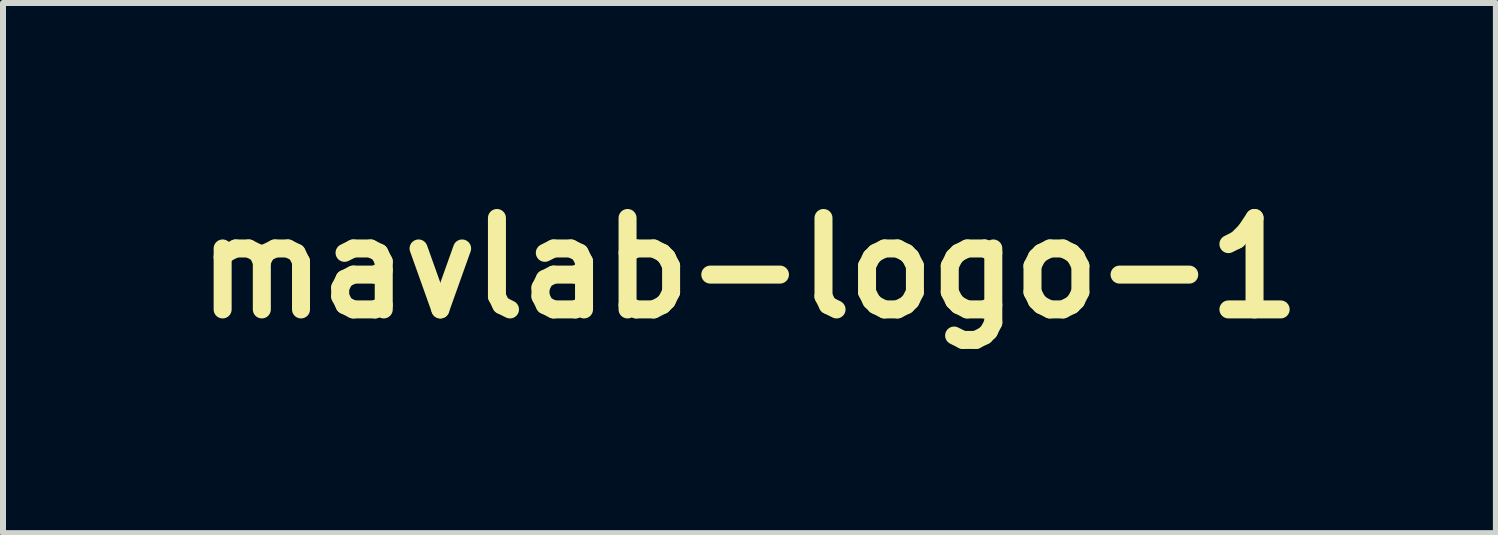
<source format=kicad_pcb>
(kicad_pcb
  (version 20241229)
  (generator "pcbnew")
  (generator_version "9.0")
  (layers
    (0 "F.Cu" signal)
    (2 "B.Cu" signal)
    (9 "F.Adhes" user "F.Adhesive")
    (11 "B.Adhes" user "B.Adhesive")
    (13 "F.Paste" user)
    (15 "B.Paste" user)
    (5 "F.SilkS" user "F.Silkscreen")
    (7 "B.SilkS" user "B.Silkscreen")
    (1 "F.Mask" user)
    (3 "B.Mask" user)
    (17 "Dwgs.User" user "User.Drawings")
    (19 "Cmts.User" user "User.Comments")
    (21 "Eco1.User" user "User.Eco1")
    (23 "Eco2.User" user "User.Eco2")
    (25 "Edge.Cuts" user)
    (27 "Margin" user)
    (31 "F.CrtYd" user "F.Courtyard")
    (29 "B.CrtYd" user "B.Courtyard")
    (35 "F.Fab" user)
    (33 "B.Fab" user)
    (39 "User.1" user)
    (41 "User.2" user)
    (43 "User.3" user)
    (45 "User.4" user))
  (footprint "mavlab-logo-1"
    (layer "F.Cu")
    (at 9.442 1.418)
    (property "Reference" "mavlab-logo-1" (at 0 0 0) (layer "F.SilkS") (effects (font (size 1.524 1.524) (thickness 0.3))))
    (attr through_hole)
    (fp_poly (pts (xy -1.563 0.813) (xy -1.654 0.813) (xy -1.654 0.572) (xy -1.563 0.572) (xy -1.563 0.813)) (stroke (width 0.01) (type solid)) (fill yes) (layer "F.Mask"))
    (fp_poly (pts (xy -0.256 -0.668) (xy -0.257 -0.548) (xy -0.302 -0.547) (xy -0.347 -0.547) (xy -0.347 -0.787) (xy -0.256 -0.787) (xy -0.256 -0.668)) (stroke (width 0.01) (type solid)) (fill yes) (layer "F.Mask"))
    (fp_poly (pts (xy 3.811 -0.814) (xy 3.818 -0.814) (xy 3.822 -0.814) (xy 3.824 -0.814) (xy 3.823 -0.812) (xy 3.822 -0.808) (xy 3.82 -0.803) (xy 3.818 -0.797) (xy 3.816 -0.789) (xy 3.813 -0.78) (xy 3.813 -0.779) (xy 3.808 -0.764) (xy 3.796 -0.764) (xy 3.784 -0.764) (xy 3.786 -0.776) (xy 3.787 -0.788) (xy 3.781 -0.787) (xy 3.775 -0.787) (xy 3.761 -0.747) (xy 3.758 -0.736) (xy 3.754 -0.726) (xy 3.751 -0.717) (xy 3.749 -0.71) (xy 3.748 -0.706) (xy 3.747 -0.704) (xy 3.748 -0.702) (xy 3.751 -0.701) (xy 3.753 -0.701) (xy 3.758 -0.701) (xy 3.759 -0.699) (xy 3.759 -0.699) (xy 3.758 -0.696) (xy 3.756 -0.692) (xy 3.754 -0.686) (xy 3.754 -0.685) (xy 3.75 -0.674) (xy 3.687 -0.674) (xy 3.691 -0.687) (xy 3.696 -0.701) (xy 3.71 -0.701) (xy 3.723 -0.74) (xy 3.727 -0.752) (xy 3.731 -0.762) (xy 3.734 -0.771) (xy 3.736 -0.778) (xy 3.737 -0.782) (xy 3.738 -0.784) (xy 3.738 -0.786) (xy 3.737 -0.787) (xy 3.734 -0.787) (xy 3.733 -0.787) (xy 3.729 -0.787) (xy 3.727 -0.785) (xy 3.724 -0.783) (xy 3.721 -0.778) (xy 3.72 -0.775) (xy 3.713 -0.764) (xy 3.701 -0.764) (xy 3.695 -0.764) (xy 3.692 -0.764) (xy 3.69 -0.765) (xy 3.69 -0.767) (xy 3.69 -0.767) (xy 3.691 -0.769) (xy 3.693 -0.774) (xy 3.695 -0.781) (xy 3.698 -0.79) (xy 3.699 -0.792) (xy 3.706 -0.814) (xy 3.765 -0.814) (xy 3.779 -0.814) (xy 3.791 -0.814) (xy 3.802 -0.814) (xy 3.811 -0.814)) (stroke (width 0.01) (type solid)) (fill yes) (layer "F.Mask"))
    (fp_poly (pts (xy -2.416 0.787) (xy -2.804 0.787) (xy -2.804 0.275) (xy -2.804 0.233) (xy -2.804 0.193) (xy -2.804 0.153) (xy -2.804 0.115) (xy -2.804 0.078) (xy -2.804 0.042) (xy -2.804 0.008) (xy -2.804 -0.024) (xy -2.804 -0.055) (xy -2.804 -0.084) (xy -2.804 -0.111) (xy -2.805 -0.135) (xy -2.805 -0.157) (xy -2.805 -0.177) (xy -2.805 -0.194) (xy -2.805 -0.209) (xy -2.805 -0.22) (xy -2.805 -0.229) (xy -2.805 -0.234) (xy -2.805 -0.237) (xy -2.805 -0.237) (xy -2.806 -0.235) (xy -2.808 -0.231) (xy -2.811 -0.223) (xy -2.815 -0.213) (xy -2.821 -0.2) (xy -2.827 -0.185) (xy -2.835 -0.168) (xy -2.843 -0.149) (xy -2.852 -0.127) (xy -2.862 -0.104) (xy -2.873 -0.079) (xy -2.884 -0.053) (xy -2.896 -0.025) (xy -2.908 0.004) (xy -2.921 0.034) (xy -2.934 0.065) (xy -2.946 0.093) (xy -3.087 0.422) (xy -3.22 0.423) (xy -3.354 0.423) (xy -3.494 0.093) (xy -3.635 -0.237) (xy -3.635 0.275) (xy -3.636 0.787) (xy -4.003 0.787) (xy -4.003 -0.764) (xy -3.553 -0.764) (xy -3.384 -0.387) (xy -3.369 -0.353) (xy -3.354 -0.32) (xy -3.339 -0.288) (xy -3.325 -0.257) (xy -3.312 -0.227) (xy -3.299 -0.198) (xy -3.287 -0.171) (xy -3.275 -0.145) (xy -3.264 -0.121) (xy -3.255 -0.099) (xy -3.245 -0.079) (xy -3.237 -0.061) (xy -3.23 -0.045) (xy -3.224 -0.032) (xy -3.219 -0.021) (xy -3.216 -0.013) (xy -3.213 -0.008) (xy -3.212 -0.005) (xy -3.212 -0.005) (xy -3.209 0.001) (xy -3.207 -0.005) (xy -3.206 -0.007) (xy -3.203 -0.012) (xy -3.2 -0.02) (xy -3.195 -0.031) (xy -3.189 -0.044) (xy -3.182 -0.059) (xy -3.174 -0.077) (xy -3.166 -0.097) (xy -3.156 -0.119) (xy -3.145 -0.142) (xy -3.134 -0.168) (xy -3.122 -0.195) (xy -3.109 -0.224) (xy -3.095 -0.254) (xy -3.081 -0.285) (xy -3.067 -0.317) (xy -3.052 -0.35) (xy -3.037 -0.384) (xy -3.036 -0.387) (xy -2.867 -0.763) (xy -2.642 -0.763) (xy -2.416 -0.764) (xy -2.416 0.787)) (stroke (width 0.01) (type solid)) (fill yes) (layer "F.Mask"))
    (fp_poly (pts (xy 3.893 -0.78) (xy 3.893 -0.746) (xy 3.916 -0.78) (xy 3.939 -0.814) (xy 4.004 -0.814) (xy 4 -0.801) (xy 3.996 -0.787) (xy 3.981 -0.787) (xy 3.967 -0.746) (xy 3.964 -0.735) (xy 3.96 -0.725) (xy 3.957 -0.716) (xy 3.955 -0.709) (xy 3.953 -0.705) (xy 3.953 -0.703) (xy 3.953 -0.702) (xy 3.957 -0.701) (xy 3.959 -0.701) (xy 3.964 -0.701) (xy 3.965 -0.7) (xy 3.965 -0.699) (xy 3.964 -0.696) (xy 3.963 -0.692) (xy 3.961 -0.686) (xy 3.961 -0.685) (xy 3.957 -0.674) (xy 3.927 -0.674) (xy 3.915 -0.674) (xy 3.907 -0.674) (xy 3.901 -0.674) (xy 3.898 -0.675) (xy 3.897 -0.676) (xy 3.897 -0.676) (xy 3.898 -0.679) (xy 3.899 -0.683) (xy 3.901 -0.689) (xy 3.901 -0.69) (xy 3.903 -0.696) (xy 3.905 -0.699) (xy 3.907 -0.701) (xy 3.909 -0.701) (xy 3.91 -0.701) (xy 3.914 -0.702) (xy 3.916 -0.704) (xy 3.918 -0.707) (xy 3.92 -0.712) (xy 3.922 -0.719) (xy 3.926 -0.728) (xy 3.929 -0.737) (xy 3.93 -0.739) (xy 3.934 -0.749) (xy 3.937 -0.759) (xy 3.94 -0.767) (xy 3.942 -0.773) (xy 3.944 -0.776) (xy 3.944 -0.776) (xy 3.945 -0.778) (xy 3.945 -0.78) (xy 3.944 -0.78) (xy 3.943 -0.778) (xy 3.941 -0.775) (xy 3.937 -0.77) (xy 3.932 -0.763) (xy 3.926 -0.754) (xy 3.918 -0.742) (xy 3.917 -0.741) (xy 3.892 -0.704) (xy 3.88 -0.703) (xy 3.869 -0.703) (xy 3.871 -0.778) (xy 3.861 -0.748) (xy 3.857 -0.737) (xy 3.854 -0.728) (xy 3.851 -0.719) (xy 3.849 -0.713) (xy 3.848 -0.709) (xy 3.846 -0.701) (xy 3.851 -0.701) (xy 3.855 -0.7) (xy 3.855 -0.699) (xy 3.854 -0.696) (xy 3.853 -0.692) (xy 3.851 -0.686) (xy 3.851 -0.685) (xy 3.847 -0.674) (xy 3.817 -0.674) (xy 3.807 -0.674) (xy 3.798 -0.674) (xy 3.792 -0.675) (xy 3.788 -0.675) (xy 3.786 -0.675) (xy 3.787 -0.677) (xy 3.788 -0.682) (xy 3.79 -0.688) (xy 3.79 -0.688) (xy 3.794 -0.7) (xy 3.801 -0.701) (xy 3.809 -0.702) (xy 3.823 -0.743) (xy 3.827 -0.754) (xy 3.83 -0.764) (xy 3.833 -0.773) (xy 3.835 -0.78) (xy 3.837 -0.784) (xy 3.837 -0.786) (xy 3.836 -0.787) (xy 3.832 -0.787) (xy 3.83 -0.787) (xy 3.824 -0.787) (xy 3.828 -0.801) (xy 3.833 -0.814) (xy 3.863 -0.814) (xy 3.894 -0.814) (xy 3.893 -0.78)) (stroke (width 0.01) (type solid)) (fill yes) (layer "F.Mask"))
    (fp_poly (pts (xy -1.403 -0.756) (xy -1.403 -0.754) (xy -1.401 -0.749) (xy -1.398 -0.741) (xy -1.394 -0.73) (xy -1.389 -0.716) (xy -1.384 -0.7) (xy -1.377 -0.68) (xy -1.37 -0.659) (xy -1.361 -0.635) (xy -1.352 -0.608) (xy -1.342 -0.58) (xy -1.332 -0.549) (xy -1.32 -0.516) (xy -1.309 -0.482) (xy -1.296 -0.445) (xy -1.283 -0.407) (xy -1.269 -0.367) (xy -1.255 -0.326) (xy -1.24 -0.283) (xy -1.225 -0.239) (xy -1.209 -0.194) (xy -1.193 -0.148) (xy -1.177 -0.1) (xy -1.16 -0.052) (xy -1.144 -0.003) (xy -1.137 0.016) (xy -1.12 0.065) (xy -1.103 0.114) (xy -1.087 0.162) (xy -1.071 0.208) (xy -1.055 0.254) (xy -1.04 0.298) (xy -1.025 0.341) (xy -1.011 0.383) (xy -0.997 0.423) (xy -0.983 0.462) (xy -0.971 0.499) (xy -0.959 0.534) (xy -0.947 0.567) (xy -0.936 0.599) (xy -0.926 0.628) (xy -0.917 0.655) (xy -0.908 0.68) (xy -0.901 0.702) (xy -0.894 0.722) (xy -0.888 0.739) (xy -0.883 0.754) (xy -0.879 0.766) (xy -0.876 0.775) (xy -0.874 0.781) (xy -0.873 0.784) (xy -0.872 0.784) (xy -0.872 0.785) (xy -0.873 0.785) (xy -0.874 0.786) (xy -0.875 0.786) (xy -0.878 0.786) (xy -0.882 0.786) (xy -0.887 0.787) (xy -0.893 0.787) (xy -0.901 0.787) (xy -0.911 0.787) (xy -0.923 0.787) (xy -0.937 0.787) (xy -0.953 0.787) (xy -0.972 0.787) (xy -0.993 0.787) (xy -1.017 0.787) (xy -1.045 0.787) (xy -1.074 0.787) (xy -1.277 0.787) (xy -1.445 0.264) (xy -1.458 0.223) (xy -1.471 0.183) (xy -1.483 0.144) (xy -1.496 0.106) (xy -1.507 0.069) (xy -1.519 0.034) (xy -1.53 -0.00017) (xy -1.54 -0.033) (xy -1.55 -0.064) (xy -1.559 -0.093) (xy -1.568 -0.12) (xy -1.576 -0.145) (xy -1.584 -0.168) (xy -1.59 -0.188) (xy -1.596 -0.207) (xy -1.601 -0.223) (xy -1.606 -0.236) (xy -1.609 -0.246) (xy -1.611 -0.254) (xy -1.613 -0.258) (xy -1.613 -0.259) (xy -1.614 -0.258) (xy -1.616 -0.253) (xy -1.618 -0.246) (xy -1.622 -0.235) (xy -1.626 -0.222) (xy -1.631 -0.206) (xy -1.637 -0.188) (xy -1.644 -0.167) (xy -1.652 -0.144) (xy -1.66 -0.119) (xy -1.669 -0.092) (xy -1.678 -0.063) (xy -1.688 -0.032) (xy -1.699 0.001) (xy -1.71 0.035) (xy -1.721 0.07) (xy -1.733 0.107) (xy -1.745 0.145) (xy -1.758 0.184) (xy -1.771 0.224) (xy -1.783 0.263) (xy -1.952 0.787) (xy -2.149 0.787) (xy -2.347 0.787) (xy -2.343 0.776) (xy -2.342 0.774) (xy -2.34 0.768) (xy -2.337 0.76) (xy -2.333 0.748) (xy -2.328 0.734) (xy -2.323 0.717) (xy -2.316 0.698) (xy -2.308 0.676) (xy -2.3 0.652) (xy -2.291 0.625) (xy -2.281 0.596) (xy -2.27 0.565) (xy -2.259 0.532) (xy -2.247 0.498) (xy -2.234 0.461) (xy -2.221 0.423) (xy -2.207 0.383) (xy -2.193 0.341) (xy -2.179 0.299) (xy -2.163 0.255) (xy -2.148 0.209) (xy -2.132 0.163) (xy -2.116 0.116) (xy -2.099 0.067) (xy -2.082 0.018) (xy -2.078 0.006) (xy -2.061 -0.043) (xy -2.044 -0.091) (xy -2.028 -0.139) (xy -2.012 -0.185) (xy -1.996 -0.231) (xy -1.981 -0.275) (xy -1.966 -0.318) (xy -1.952 -0.359) (xy -1.938 -0.4) (xy -1.925 -0.438) (xy -1.912 -0.475) (xy -1.9 -0.51) (xy -1.889 -0.543) (xy -1.878 -0.574) (xy -1.868 -0.603) (xy -1.859 -0.63) (xy -1.85 -0.655) (xy -1.842 -0.677) (xy -1.836 -0.697) (xy -1.83 -0.714) (xy -1.825 -0.728) (xy -1.821 -0.74) (xy -1.818 -0.749) (xy -1.816 -0.755) (xy -1.815 -0.758) (xy -1.814 -0.758) (xy -1.812 -0.764) (xy -1.609 -0.764) (xy -1.406 -0.764) (xy -1.403 -0.756)) (stroke (width 0.01) (type solid)) (fill yes) (layer "F.Mask"))
    (fp_poly (pts (xy -0.878 -0.763) (xy -0.853 -0.763) (xy -0.836 -0.763) (xy -0.635 -0.763) (xy -0.466 -0.238) (xy -0.453 -0.197) (xy -0.44 -0.157) (xy -0.427 -0.118) (xy -0.415 -0.08) (xy -0.403 -0.043) (xy -0.392 -0.008) (xy -0.381 0.026) (xy -0.37 0.059) (xy -0.36 0.09) (xy -0.351 0.119) (xy -0.342 0.146) (xy -0.334 0.171) (xy -0.327 0.194) (xy -0.32 0.214) (xy -0.314 0.233) (xy -0.309 0.248) (xy -0.305 0.261) (xy -0.301 0.272) (xy -0.299 0.279) (xy -0.297 0.284) (xy -0.297 0.285) (xy -0.296 0.284) (xy -0.294 0.279) (xy -0.292 0.271) (xy -0.288 0.26) (xy -0.284 0.247) (xy -0.279 0.231) (xy -0.273 0.213) (xy -0.266 0.192) (xy -0.259 0.169) (xy -0.251 0.143) (xy -0.242 0.116) (xy -0.232 0.087) (xy -0.222 0.056) (xy -0.212 0.023) (xy -0.201 -0.011) (xy -0.189 -0.047) (xy -0.177 -0.083) (xy -0.165 -0.122) (xy -0.153 -0.161) (xy -0.14 -0.201) (xy -0.128 -0.238) (xy -0.115 -0.279) (xy -0.102 -0.319) (xy -0.089 -0.358) (xy -0.077 -0.396) (xy -0.065 -0.433) (xy -0.054 -0.468) (xy -0.043 -0.503) (xy -0.032 -0.535) (xy -0.022 -0.566) (xy -0.013 -0.595) (xy -0.004 -0.622) (xy 0.004 -0.647) (xy 0.012 -0.67) (xy 0.018 -0.691) (xy 0.024 -0.709) (xy 0.03 -0.725) (xy 0.034 -0.738) (xy 0.037 -0.749) (xy 0.04 -0.756) (xy 0.041 -0.761) (xy 0.042 -0.762) (xy 0.044 -0.762) (xy 0.049 -0.763) (xy 0.058 -0.763) (xy 0.07 -0.763) (xy 0.085 -0.763) (xy 0.103 -0.763) (xy 0.125 -0.763) (xy 0.15 -0.763) (xy 0.178 -0.763) (xy 0.21 -0.763) (xy 0.244 -0.763) (xy 0.282 -0.763) (xy 0.323 -0.763) (xy 0.366 -0.763) (xy 0.413 -0.763) (xy 0.463 -0.763) (xy 0.512 -0.763) (xy 0.98 -0.761) (xy 0.928 -0.61) (xy 0.876 -0.459) (xy 0.729 -0.458) (xy 0.568 0.012) (xy 0.555 0.05) (xy 0.542 0.088) (xy 0.529 0.125) (xy 0.517 0.161) (xy 0.505 0.195) (xy 0.494 0.228) (xy 0.483 0.26) (xy 0.472 0.29) (xy 0.463 0.319) (xy 0.453 0.345) (xy 0.445 0.37) (xy 0.437 0.393) (xy 0.43 0.413) (xy 0.424 0.431) (xy 0.419 0.447) (xy 0.414 0.46) (xy 0.411 0.47) (xy 0.408 0.477) (xy 0.407 0.482) (xy 0.406 0.483) (xy 0.408 0.483) (xy 0.413 0.483) (xy 0.421 0.483) (xy 0.431 0.484) (xy 0.444 0.484) (xy 0.459 0.484) (xy 0.477 0.484) (xy 0.496 0.484) (xy 0.517 0.484) (xy 0.539 0.484) (xy 0.562 0.484) (xy 0.583 0.484) (xy 0.759 0.483) (xy 0.846 0.328) (xy 0.933 0.173) (xy 1.215 0.173) (xy 1.214 0.177) (xy 1.213 0.179) (xy 1.211 0.184) (xy 1.208 0.192) (xy 1.204 0.203) (xy 1.199 0.216) (xy 1.193 0.232) (xy 1.186 0.249) (xy 1.179 0.269) (xy 1.17 0.291) (xy 1.161 0.314) (xy 1.152 0.339) (xy 1.142 0.366) (xy 1.131 0.393) (xy 1.12 0.422) (xy 1.108 0.452) (xy 1.097 0.483) (xy 1.096 0.484) (xy 0.979 0.787) (xy 0.237 0.787) (xy 0.187 0.787) (xy 0.138 0.787) (xy 0.089 0.787) (xy 0.042 0.787) (xy -0.004 0.787) (xy -0.048 0.787) (xy -0.091 0.787) (xy -0.133 0.787) (xy -0.173 0.787) (xy -0.211 0.787) (xy -0.248 0.787) (xy -0.282 0.787) (xy -0.315 0.787) (xy -0.345 0.787) (xy -0.373 0.787) (xy -0.399 0.787) (xy -0.422 0.787) (xy -0.443 0.787) (xy -0.461 0.787) (xy -0.476 0.787) (xy -0.488 0.787) (xy -0.497 0.787) (xy -0.503 0.787) (xy -0.506 0.787) (xy -0.506 0.787) (xy -0.507 0.785) (xy -0.509 0.781) (xy -0.511 0.773) (xy -0.515 0.762) (xy -0.519 0.749) (xy -0.525 0.733) (xy -0.531 0.714) (xy -0.539 0.693) (xy -0.547 0.669) (xy -0.556 0.643) (xy -0.566 0.615) (xy -0.576 0.584) (xy -0.587 0.552) (xy -0.599 0.517) (xy -0.612 0.481) (xy -0.625 0.443) (xy -0.638 0.404) (xy -0.652 0.363) (xy -0.667 0.32) (xy -0.682 0.276) (xy -0.698 0.231) (xy -0.714 0.185) (xy -0.73 0.137) (xy -0.747 0.089) (xy -0.764 0.04) (xy -0.773 0.013) (xy -0.79 -0.037) (xy -0.807 -0.086) (xy -0.823 -0.134) (xy -0.839 -0.181) (xy -0.855 -0.226) (xy -0.87 -0.271) (xy -0.885 -0.314) (xy -0.9 -0.356) (xy -0.914 -0.397) (xy -0.927 -0.436) (xy -0.94 -0.473) (xy -0.952 -0.508) (xy -0.963 -0.542) (xy -0.974 -0.573) (xy -0.984 -0.603) (xy -0.993 -0.63) (xy -1.002 -0.655) (xy -1.01 -0.678) (xy -1.017 -0.698) (xy -1.023 -0.716) (xy -1.028 -0.731) (xy -1.032 -0.743) (xy -1.035 -0.752) (xy -1.037 -0.759) (xy -1.038 -0.762) (xy -1.038 -0.762) (xy -1.036 -0.763) (xy -1.031 -0.763) (xy -1.023 -0.763) (xy -1.013 -0.763) (xy -0.999 -0.763) (xy -0.984 -0.763) (xy -0.966 -0.763) (xy -0.946 -0.763) (xy -0.925 -0.763) (xy -0.902 -0.763) (xy -0.878 -0.763)) (stroke (width 0.01) (type solid)) (fill yes) (layer "F.Mask"))
    (fp_poly (pts (xy 1.884 -0.256) (xy 1.898 -0.256) (xy 1.911 -0.256) (xy 1.922 -0.255) (xy 1.931 -0.255) (xy 1.934 -0.254) (xy 1.967 -0.248) (xy 1.997 -0.24) (xy 2.026 -0.229) (xy 2.052 -0.216) (xy 2.076 -0.201) (xy 2.099 -0.182) (xy 2.12 -0.161) (xy 2.139 -0.137) (xy 2.143 -0.131) (xy 2.148 -0.125) (xy 2.151 -0.12) (xy 2.153 -0.118) (xy 2.154 -0.117) (xy 2.155 -0.118) (xy 2.156 -0.123) (xy 2.159 -0.13) (xy 2.162 -0.139) (xy 2.165 -0.15) (xy 2.169 -0.162) (xy 2.174 -0.175) (xy 2.193 -0.234) (xy 2.406 -0.234) (xy 2.438 -0.234) (xy 2.466 -0.234) (xy 2.491 -0.234) (xy 2.513 -0.234) (xy 2.533 -0.234) (xy 2.549 -0.234) (xy 2.564 -0.233) (xy 2.577 -0.233) (xy 2.587 -0.233) (xy 2.596 -0.233) (xy 2.602 -0.233) (xy 2.608 -0.233) (xy 2.612 -0.233) (xy 2.615 -0.232) (xy 2.617 -0.232) (xy 2.618 -0.232) (xy 2.619 -0.231) (xy 2.619 -0.231) (xy 2.619 -0.231) (xy 2.618 -0.229) (xy 2.617 -0.224) (xy 2.614 -0.216) (xy 2.611 -0.206) (xy 2.606 -0.193) (xy 2.601 -0.178) (xy 2.596 -0.162) (xy 2.59 -0.144) (xy 2.583 -0.124) (xy 2.577 -0.104) (xy 2.569 -0.082) (xy 2.567 -0.076) (xy 2.517 0.075) (xy 2.469 0.076) (xy 2.422 0.076) (xy 2.418 0.086) (xy 2.416 0.094) (xy 2.412 0.104) (xy 2.407 0.116) (xy 2.402 0.131) (xy 2.397 0.147) (xy 2.39 0.165) (xy 2.383 0.184) (xy 2.376 0.204) (xy 2.369 0.225) (xy 2.361 0.246) (xy 2.354 0.268) (xy 2.346 0.29) (xy 2.338 0.311) (xy 2.33 0.333) (xy 2.323 0.354) (xy 2.316 0.374) (xy 2.309 0.392) (xy 2.303 0.41) (xy 2.297 0.426) (xy 2.292 0.441) (xy 2.288 0.453) (xy 2.284 0.463) (xy 2.282 0.471) (xy 2.28 0.476) (xy 2.279 0.478) (xy 2.279 0.478) (xy 2.281 0.478) (xy 2.285 0.478) (xy 2.293 0.479) (xy 2.302 0.479) (xy 2.313 0.479) (xy 2.326 0.479) (xy 2.333 0.479) (xy 2.347 0.479) (xy 2.359 0.479) (xy 2.369 0.479) (xy 2.378 0.479) (xy 2.384 0.479) (xy 2.387 0.48) (xy 2.388 0.48) (xy 2.387 0.481) (xy 2.386 0.486) (xy 2.383 0.493) (xy 2.38 0.503) (xy 2.376 0.516) (xy 2.371 0.53) (xy 2.366 0.546) (xy 2.36 0.564) (xy 2.354 0.584) (xy 2.347 0.604) (xy 2.34 0.626) (xy 2.337 0.634) (xy 2.286 0.788) (xy 2.065 0.789) (xy 2.038 0.789) (xy 2.012 0.789) (xy 1.987 0.789) (xy 1.963 0.789) (xy 1.941 0.789) (xy 1.921 0.789) (xy 1.903 0.789) (xy 1.886 0.788) (xy 1.872 0.788) (xy 1.861 0.788) (xy 1.852 0.788) (xy 1.847 0.788) (xy 1.844 0.788) (xy 1.844 0.788) (xy 1.845 0.786) (xy 1.846 0.781) (xy 1.849 0.774) (xy 1.852 0.765) (xy 1.856 0.755) (xy 1.86 0.743) (xy 1.861 0.741) (xy 1.865 0.729) (xy 1.869 0.718) (xy 1.872 0.709) (xy 1.875 0.702) (xy 1.876 0.697) (xy 1.877 0.695) (xy 1.877 0.695) (xy 1.876 0.695) (xy 1.872 0.698) (xy 1.866 0.701) (xy 1.859 0.706) (xy 1.855 0.708) (xy 1.819 0.731) (xy 1.784 0.751) (xy 1.751 0.767) (xy 1.719 0.782) (xy 1.687 0.793) (xy 1.656 0.802) (xy 1.625 0.809) (xy 1.607 0.812) (xy 1.597 0.813) (xy 1.584 0.814) (xy 1.57 0.815) (xy 1.555 0.815) (xy 1.54 0.815) (xy 1.526 0.815) (xy 1.514 0.815) (xy 1.504 0.814) (xy 1.504 0.814) (xy 1.47 0.81) (xy 1.438 0.802) (xy 1.408 0.792) (xy 1.379 0.779) (xy 1.353 0.764) (xy 1.329 0.745) (xy 1.307 0.724) (xy 1.287 0.701) (xy 1.276 0.685) (xy 1.26 0.659) (xy 1.247 0.633) (xy 1.237 0.605) (xy 1.228 0.576) (xy 1.221 0.545) (xy 1.22 0.538) (xy 1.219 0.532) (xy 1.218 0.526) (xy 1.218 0.52) (xy 1.217 0.513) (xy 1.217 0.505) (xy 1.217 0.495) (xy 1.217 0.483) (xy 1.217 0.467) (xy 1.217 0.467) (xy 1.217 0.446) (xy 1.217 0.428) (xy 1.218 0.413) (xy 1.218 0.401) (xy 1.219 0.395) (xy 1.227 0.344) (xy 1.617 0.344) (xy 1.618 0.366) (xy 1.621 0.386) (xy 1.622 0.387) (xy 1.628 0.407) (xy 1.637 0.424) (xy 1.649 0.44) (xy 1.663 0.453) (xy 1.679 0.464) (xy 1.698 0.472) (xy 1.719 0.478) (xy 1.733 0.481) (xy 1.742 0.482) (xy 1.753 0.482) (xy 1.766 0.482) (xy 1.779 0.481) (xy 1.79 0.48) (xy 1.8 0.479) (xy 1.803 0.478) (xy 1.829 0.471) (xy 1.853 0.461) (xy 1.876 0.448) (xy 1.897 0.432) (xy 1.918 0.414) (xy 1.936 0.393) (xy 1.953 0.37) (xy 1.968 0.345) (xy 1.98 0.317) (xy 1.986 0.301) (xy 1.993 0.278) (xy 1.999 0.254) (xy 2.002 0.231) (xy 2.004 0.208) (xy 2.004 0.188) (xy 2.004 0.18) (xy 2 0.158) (xy 1.994 0.138) (xy 1.985 0.12) (xy 1.974 0.104) (xy 1.96 0.091) (xy 1.944 0.08) (xy 1.926 0.071) (xy 1.905 0.065) (xy 1.889 0.063) (xy 1.863 0.061) (xy 1.837 0.062) (xy 1.811 0.066) (xy 1.786 0.073) (xy 1.763 0.083) (xy 1.762 0.083) (xy 1.748 0.09) (xy 1.735 0.099) (xy 1.722 0.108) (xy 1.709 0.119) (xy 1.7 0.129) (xy 1.685 0.144) (xy 1.673 0.16) (xy 1.662 0.175) (xy 1.652 0.193) (xy 1.649 0.199) (xy 1.639 0.222) (xy 1.631 0.246) (xy 1.625 0.271) (xy 1.62 0.296) (xy 1.617 0.32) (xy 1.617 0.344) (xy 1.227 0.344) (xy 1.227 0.34) (xy 1.238 0.287) (xy 1.252 0.236) (xy 1.269 0.187) (xy 1.288 0.141) (xy 1.309 0.096) (xy 1.334 0.054) (xy 1.361 0.013) (xy 1.39 -0.025) (xy 1.423 -0.061) (xy 1.433 -0.072) (xy 1.468 -0.104) (xy 1.504 -0.134) (xy 1.54 -0.16) (xy 1.578 -0.183) (xy 1.617 -0.203) (xy 1.658 -0.22) (xy 1.7 -0.233) (xy 1.743 -0.244) (xy 1.788 -0.252) (xy 1.806 -0.254) (xy 1.815 -0.255) (xy 1.826 -0.256) (xy 1.839 -0.256) (xy 1.853 -0.256) (xy 1.869 -0.256) (xy 1.884 -0.256)) (stroke (width 0.01) (type solid)) (fill yes) (layer "F.Mask"))
    (fp_poly (pts (xy 3.181 -0.764) (xy 3.209 -0.764) (xy 3.236 -0.764) (xy 3.261 -0.764) (xy 3.286 -0.763) (xy 3.308 -0.763) (xy 3.328 -0.763) (xy 3.347 -0.763) (xy 3.363 -0.763) (xy 3.377 -0.763) (xy 3.388 -0.763) (xy 3.396 -0.763) (xy 3.401 -0.763) (xy 3.404 -0.762) (xy 3.404 -0.762) (xy 3.403 -0.761) (xy 3.401 -0.756) (xy 3.399 -0.748) (xy 3.395 -0.738) (xy 3.391 -0.725) (xy 3.386 -0.71) (xy 3.38 -0.692) (xy 3.373 -0.673) (xy 3.366 -0.651) (xy 3.358 -0.628) (xy 3.349 -0.603) (xy 3.34 -0.577) (xy 3.331 -0.549) (xy 3.321 -0.52) (xy 3.31 -0.491) (xy 3.305 -0.474) (xy 3.294 -0.443) (xy 3.284 -0.414) (xy 3.274 -0.386) (xy 3.265 -0.359) (xy 3.256 -0.333) (xy 3.248 -0.309) (xy 3.24 -0.286) (xy 3.233 -0.266) (xy 3.227 -0.247) (xy 3.221 -0.23) (xy 3.216 -0.216) (xy 3.212 -0.204) (xy 3.209 -0.195) (xy 3.207 -0.188) (xy 3.206 -0.185) (xy 3.205 -0.184) (xy 3.207 -0.184) (xy 3.21 -0.186) (xy 3.216 -0.189) (xy 3.218 -0.19) (xy 3.241 -0.202) (xy 3.265 -0.214) (xy 3.289 -0.224) (xy 3.313 -0.233) (xy 3.333 -0.24) (xy 3.361 -0.247) (xy 3.389 -0.252) (xy 3.418 -0.256) (xy 3.448 -0.257) (xy 3.465 -0.258) (xy 3.501 -0.256) (xy 3.536 -0.252) (xy 3.57 -0.245) (xy 3.601 -0.235) (xy 3.63 -0.222) (xy 3.658 -0.207) (xy 3.684 -0.189) (xy 3.708 -0.167) (xy 3.73 -0.143) (xy 3.731 -0.142) (xy 3.751 -0.116) (xy 3.769 -0.087) (xy 3.783 -0.057) (xy 3.796 -0.024) (xy 3.805 0.01) (xy 3.811 0.04) (xy 3.812 0.05) (xy 3.813 0.063) (xy 3.814 0.077) (xy 3.815 0.093) (xy 3.815 0.11) (xy 3.815 0.126) (xy 3.815 0.141) (xy 3.814 0.154) (xy 3.814 0.16) (xy 3.808 0.208) (xy 3.799 0.257) (xy 3.787 0.304) (xy 3.773 0.352) (xy 3.755 0.397) (xy 3.735 0.442) (xy 3.713 0.484) (xy 3.705 0.497) (xy 3.681 0.535) (xy 3.654 0.571) (xy 3.625 0.606) (xy 3.594 0.639) (xy 3.561 0.669) (xy 3.527 0.698) (xy 3.492 0.723) (xy 3.486 0.727) (xy 3.449 0.749) (xy 3.412 0.768) (xy 3.373 0.784) (xy 3.334 0.796) (xy 3.294 0.805) (xy 3.253 0.811) (xy 3.211 0.814) (xy 3.174 0.813) (xy 3.139 0.81) (xy 3.106 0.804) (xy 3.074 0.796) (xy 3.045 0.785) (xy 3.018 0.772) (xy 2.993 0.756) (xy 2.97 0.738) (xy 2.963 0.731) (xy 2.952 0.72) (xy 2.943 0.709) (xy 2.934 0.698) (xy 2.925 0.685) (xy 2.916 0.67) (xy 2.907 0.655) (xy 2.906 0.654) (xy 2.905 0.654) (xy 2.905 0.655) (xy 2.903 0.66) (xy 2.9 0.667) (xy 2.897 0.676) (xy 2.894 0.688) (xy 2.889 0.7) (xy 2.885 0.714) (xy 2.883 0.721) (xy 2.861 0.787) (xy 2.612 0.787) (xy 2.584 0.787) (xy 2.556 0.787) (xy 2.529 0.787) (xy 2.504 0.787) (xy 2.48 0.787) (xy 2.458 0.787) (xy 2.438 0.787) (xy 2.419 0.787) (xy 2.403 0.787) (xy 2.39 0.787) (xy 2.379 0.787) (xy 2.371 0.787) (xy 2.366 0.786) (xy 2.364 0.786) (xy 2.364 0.786) (xy 2.364 0.785) (xy 2.366 0.78) (xy 2.369 0.772) (xy 2.372 0.762) (xy 2.376 0.75) (xy 2.381 0.736) (xy 2.387 0.72) (xy 2.393 0.702) (xy 2.399 0.682) (xy 2.406 0.662) (xy 2.414 0.64) (xy 2.416 0.634) (xy 2.468 0.483) (xy 2.592 0.483) (xy 2.596 0.473) (xy 2.597 0.47) (xy 2.599 0.464) (xy 2.602 0.455) (xy 2.606 0.444) (xy 2.61 0.43) (xy 2.616 0.414) (xy 2.623 0.395) (xy 2.63 0.374) (xy 2.638 0.352) (xy 2.644 0.333) (xy 3.021 0.333) (xy 3.023 0.357) (xy 3.027 0.378) (xy 3.034 0.398) (xy 3.043 0.417) (xy 3.056 0.433) (xy 3.059 0.436) (xy 3.074 0.45) (xy 3.091 0.461) (xy 3.111 0.47) (xy 3.132 0.476) (xy 3.144 0.478) (xy 3.15 0.479) (xy 3.158 0.479) (xy 3.168 0.479) (xy 3.179 0.479) (xy 3.189 0.478) (xy 3.197 0.478) (xy 3.201 0.477) (xy 3.228 0.472) (xy 3.253 0.463) (xy 3.278 0.452) (xy 3.301 0.437) (xy 3.323 0.419) (xy 3.344 0.398) (xy 3.363 0.375) (xy 3.366 0.371) (xy 3.379 0.351) (xy 3.39 0.33) (xy 3.399 0.307) (xy 3.407 0.283) (xy 3.412 0.26) (xy 3.415 0.237) (xy 3.416 0.215) (xy 3.414 0.194) (xy 3.413 0.189) (xy 3.408 0.17) (xy 3.4 0.152) (xy 3.39 0.135) (xy 3.378 0.12) (xy 3.364 0.107) (xy 3.359 0.104) (xy 3.341 0.093) (xy 3.322 0.086) (xy 3.3 0.08) (xy 3.278 0.077) (xy 3.255 0.077) (xy 3.231 0.079) (xy 3.208 0.083) (xy 3.185 0.09) (xy 3.163 0.099) (xy 3.142 0.111) (xy 3.137 0.115) (xy 3.113 0.133) (xy 3.092 0.153) (xy 3.073 0.175) (xy 3.057 0.2) (xy 3.044 0.225) (xy 3.034 0.253) (xy 3.027 0.28) (xy 3.023 0.308) (xy 3.021 0.333) (xy 2.644 0.333) (xy 2.646 0.328) (xy 2.655 0.302) (xy 2.665 0.274) (xy 2.675 0.246) (xy 2.685 0.216) (xy 2.696 0.185) (xy 2.707 0.154) (xy 2.718 0.122) (xy 2.729 0.089) (xy 2.741 0.056) (xy 2.753 0.023) (xy 2.764 -0.011) (xy 2.776 -0.044) (xy 2.787 -0.077) (xy 2.799 -0.11) (xy 2.81 -0.142) (xy 2.821 -0.173) (xy 2.832 -0.204) (xy 2.842 -0.233) (xy 2.852 -0.261) (xy 2.861 -0.288) (xy 2.87 -0.314) (xy 2.878 -0.337) (xy 2.886 -0.359) (xy 2.893 -0.38) (xy 2.899 -0.397) (xy 2.905 -0.413) (xy 2.909 -0.426) (xy 2.913 -0.437) (xy 2.916 -0.445) (xy 2.918 -0.45) (xy 2.918 -0.452) (xy 2.919 -0.453) (xy 2.919 -0.453) (xy 2.918 -0.454) (xy 2.917 -0.454) (xy 2.914 -0.455) (xy 2.91 -0.455) (xy 2.904 -0.455) (xy 2.895 -0.456) (xy 2.884 -0.456) (xy 2.871 -0.456) (xy 2.858 -0.456) (xy 2.796 -0.456) (xy 2.837 -0.577) (xy 2.844 -0.598) (xy 2.851 -0.618) (xy 2.858 -0.638) (xy 2.864 -0.657) (xy 2.87 -0.674) (xy 2.876 -0.69) (xy 2.881 -0.705) (xy 2.885 -0.716) (xy 2.888 -0.726) (xy 2.89 -0.731) (xy 2.901 -0.764) (xy 3.152 -0.764) (xy 3.181 -0.764)) (stroke (width 0.01) (type solid)) (fill yes) (layer "F.Mask")))
  (gr_rect
    (start -3 -3)
    (end 21.883 5.836)
    (stroke (width 0.1) (type default))
    (fill no)
    (layer "Edge.Cuts")))
</source>
